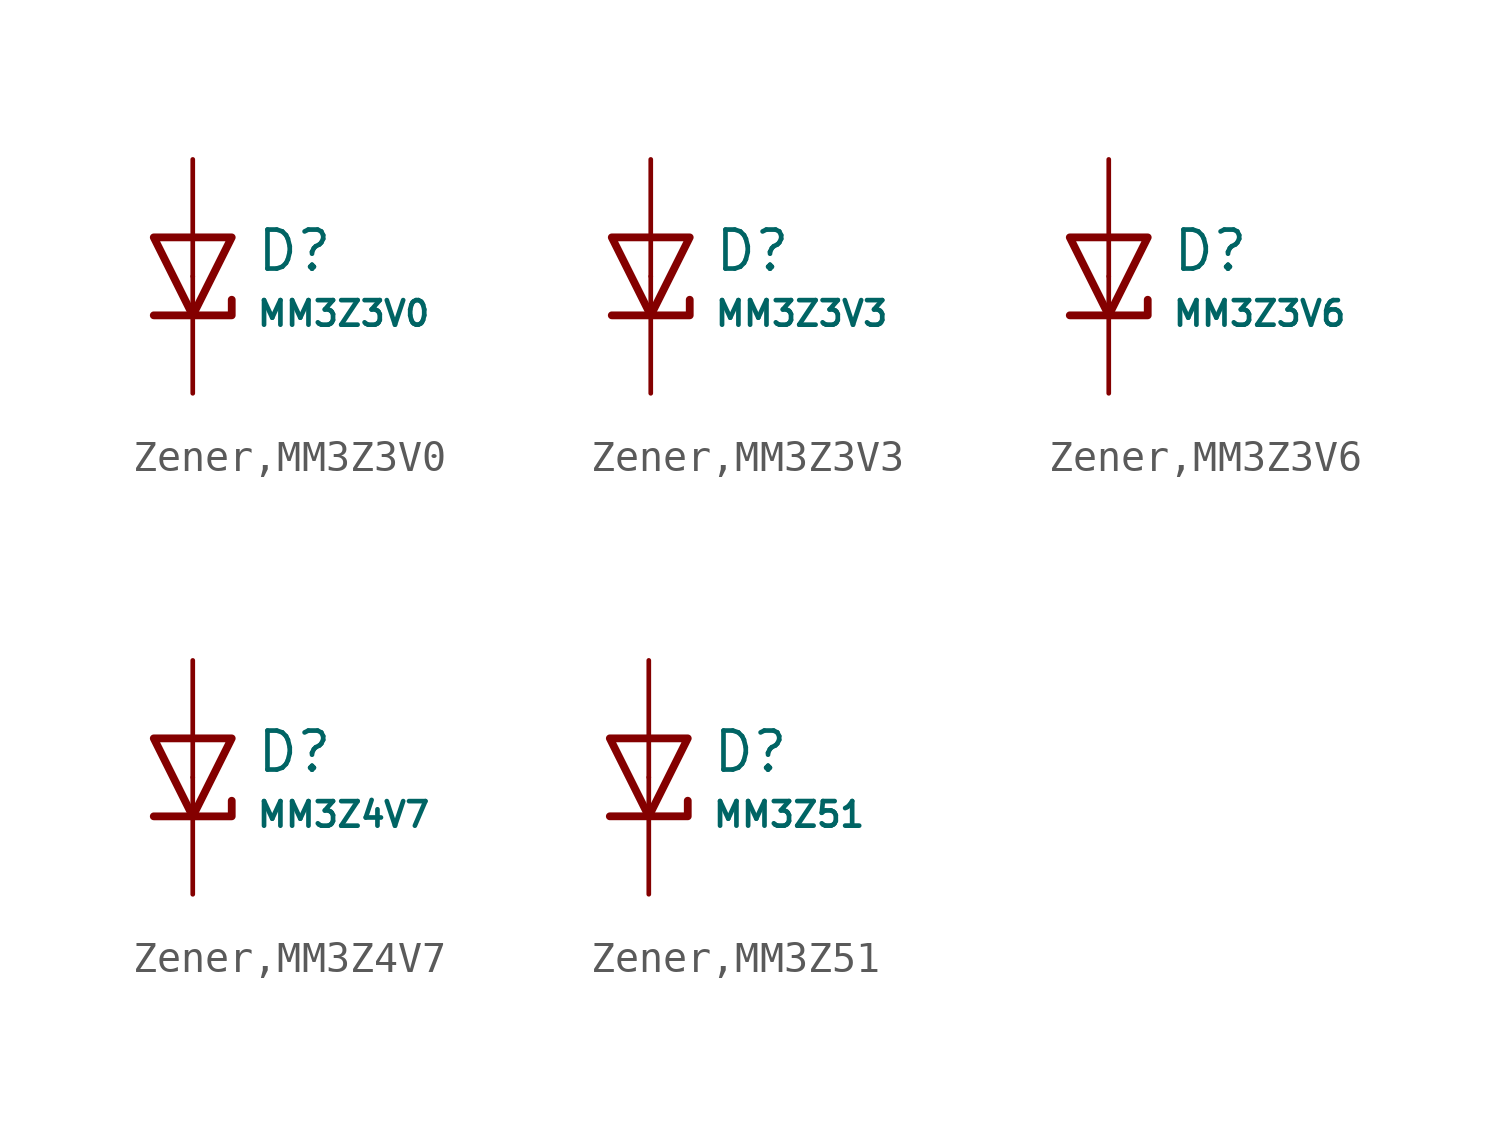
<source format=kicad_sym>
(kicad_symbol_lib
  (version 20231120)
  (generator "CDFER")
  (generator_version "8.0")
  (symbol "Zener,MM3Z3V0"
    (pin_numbers hide)
    (pin_names
      (offset 0))
    (property "Reference" "D"
      (at 2.032 0.834 0)
      (effects (font (size 1.27 1.27)) (justify left)))
    (property "Value" "MM3Z3V0"
      (at 2.032 -1.212 0)
      (effects (font (size 0.8 0.8)) (justify left)))
    (symbol "Zener,MM3Z3V0_0_1"
      (polyline (pts (xy -1.27 1.27) (xy 0.00 -1.27) (xy 1.27 1.27) (xy -1.27 1.27)) (stroke (width 0.254) (type default)) (fill (type none))))
    (symbol "Zener,MM3Z3V0_0_1"
      (polyline (pts (xy -1.27 -1.27) (xy 1.27 -1.27) (xy 1.27 -0.762)) (stroke (width 0.254) (type default)) (fill (type none))))
    (symbol "Zener,MM3Z3V0_1_1"
      (pin passive line (at 0 3.81 270) (length 3.81) (name "~" (effects (font (size 1.27 1.27)))) (number "2" (effects (font (size 1.27 1.27)))))
      (pin passive line (at 0 -3.81 90) (length 3.81) (name "~" (effects (font (size 1.27 1.27)))) (number "1" (effects (font (size 1.27 1.27)))))))
  (symbol "Zener,MM3Z3V3"
    (pin_numbers hide)
    (pin_names
      (offset 0))
    (property "Reference" "D"
      (at 2.032 0.834 0)
      (effects (font (size 1.27 1.27)) (justify left)))
    (property "Value" "MM3Z3V3"
      (at 2.032 -1.212 0)
      (effects (font (size 0.8 0.8)) (justify left)))
    (symbol "Zener,MM3Z3V3_0_1"
      (polyline (pts (xy -1.27 1.27) (xy 0.00 -1.27) (xy 1.27 1.27) (xy -1.27 1.27)) (stroke (width 0.254) (type default)) (fill (type none))))
    (symbol "Zener,MM3Z3V3_0_1"
      (polyline (pts (xy -1.27 -1.27) (xy 1.27 -1.27) (xy 1.27 -0.762)) (stroke (width 0.254) (type default)) (fill (type none))))
    (symbol "Zener,MM3Z3V3_1_1"
      (pin passive line (at 0 3.81 270) (length 3.81) (name "~" (effects (font (size 1.27 1.27)))) (number "2" (effects (font (size 1.27 1.27)))))
      (pin passive line (at 0 -3.81 90) (length 3.81) (name "~" (effects (font (size 1.27 1.27)))) (number "1" (effects (font (size 1.27 1.27)))))))
  (symbol "Zener,MM3Z3V6"
    (pin_numbers hide)
    (pin_names
      (offset 0))
    (property "Reference" "D"
      (at 2.032 0.834 0)
      (effects (font (size 1.27 1.27)) (justify left)))
    (property "Value" "MM3Z3V6"
      (at 2.032 -1.212 0)
      (effects (font (size 0.8 0.8)) (justify left)))
    (symbol "Zener,MM3Z3V6_0_1"
      (polyline (pts (xy -1.27 1.27) (xy 0.00 -1.27) (xy 1.27 1.27) (xy -1.27 1.27)) (stroke (width 0.254) (type default)) (fill (type none))))
    (symbol "Zener,MM3Z3V6_0_1"
      (polyline (pts (xy -1.27 -1.27) (xy 1.27 -1.27) (xy 1.27 -0.762)) (stroke (width 0.254) (type default)) (fill (type none))))
    (symbol "Zener,MM3Z3V6_1_1"
      (pin passive line (at 0 3.81 270) (length 3.81) (name "~" (effects (font (size 1.27 1.27)))) (number "2" (effects (font (size 1.27 1.27)))))
      (pin passive line (at 0 -3.81 90) (length 3.81) (name "~" (effects (font (size 1.27 1.27)))) (number "1" (effects (font (size 1.27 1.27)))))))
  (symbol "Zener,MM3Z4V7"
    (pin_numbers hide)
    (pin_names
      (offset 0))
    (property "Reference" "D"
      (at 2.032 0.834 0)
      (effects (font (size 1.27 1.27)) (justify left)))
    (property "Value" "MM3Z4V7"
      (at 2.032 -1.212 0)
      (effects (font (size 0.8 0.8)) (justify left)))
    (symbol "Zener,MM3Z4V7_0_1"
      (polyline (pts (xy -1.27 1.27) (xy 0.00 -1.27) (xy 1.27 1.27) (xy -1.27 1.27)) (stroke (width 0.254) (type default)) (fill (type none))))
    (symbol "Zener,MM3Z4V7_0_1"
      (polyline (pts (xy -1.27 -1.27) (xy 1.27 -1.27) (xy 1.27 -0.762)) (stroke (width 0.254) (type default)) (fill (type none))))
    (symbol "Zener,MM3Z4V7_1_1"
      (pin passive line (at 0 3.81 270) (length 3.81) (name "~" (effects (font (size 1.27 1.27)))) (number "2" (effects (font (size 1.27 1.27)))))
      (pin passive line (at 0 -3.81 90) (length 3.81) (name "~" (effects (font (size 1.27 1.27)))) (number "1" (effects (font (size 1.27 1.27)))))))
  (symbol "Zener,MM3Z51"
    (pin_numbers hide)
    (pin_names
      (offset 0))
    (property "Reference" "D"
      (at 2.032 0.834 0)
      (effects (font (size 1.27 1.27)) (justify left)))
    (property "Value" "MM3Z51"
      (at 2.032 -1.212 0)
      (effects (font (size 0.8 0.8)) (justify left)))
    (symbol "Zener,MM3Z51_0_1"
      (polyline (pts (xy -1.27 1.27) (xy 0.00 -1.27) (xy 1.27 1.27) (xy -1.27 1.27)) (stroke (width 0.254) (type default)) (fill (type none))))
    (symbol "Zener,MM3Z51_0_1"
      (polyline (pts (xy -1.27 -1.27) (xy 1.27 -1.27) (xy 1.27 -0.762)) (stroke (width 0.254) (type default)) (fill (type none))))
    (symbol "Zener,MM3Z51_1_1"
      (pin passive line (at 0 3.81 270) (length 3.81) (name "~" (effects (font (size 1.27 1.27)))) (number "2" (effects (font (size 1.27 1.27)))))
      (pin passive line (at 0 -3.81 90) (length 3.81) (name "~" (effects (font (size 1.27 1.27)))) (number "1" (effects (font (size 1.27 1.27))))))))
</source>
